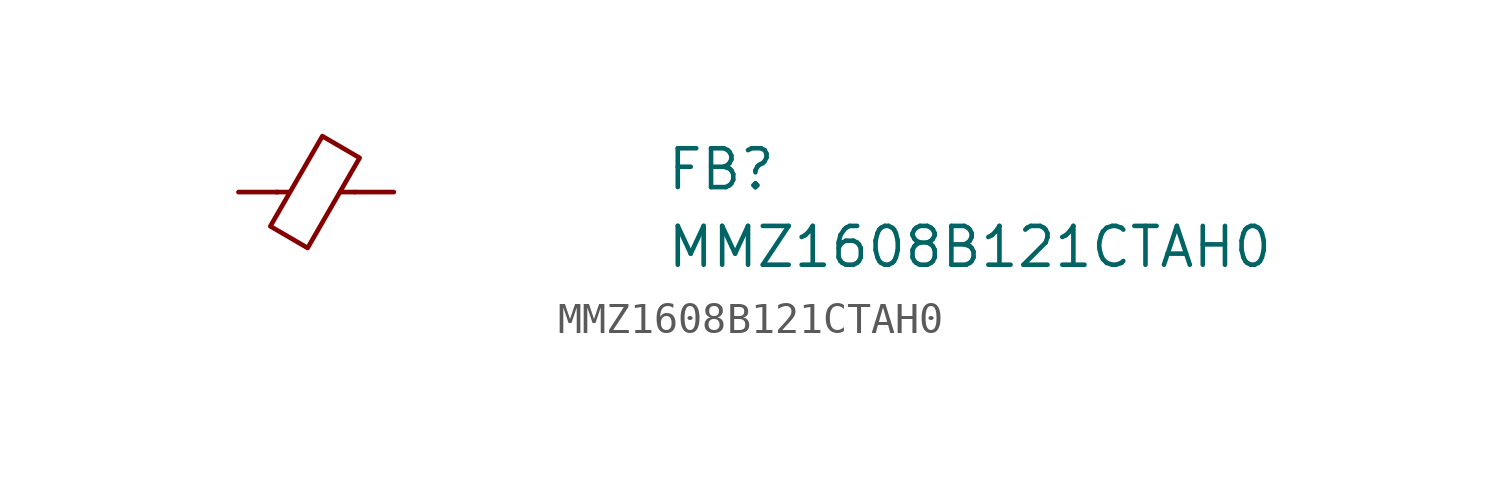
<source format=kicad_sym>
(kicad_symbol_lib
  (version 20211014)
  (generator kicad_symbol_editor)
  (symbol "MMZ1608B121CTAH0"
    (pin_numbers hide)
    (pin_names hide)
    (property "Reference" "FB"
      (at 13.97 0 0)
      (effects (font (size 1.27 1.27) (thickness 0.15)) (justify left bottom)))
    (property "Value" "MMZ1608B121CTAH0"
      (at 13.97 -2.54 0)
      (effects (font (size 1.27 1.27) (thickness 0.15)) (justify left bottom)))
    (symbol "MMZ1608B121CTAH0_0_1"
      (polyline (pts (xy 1.651 0) (xy 1.245 0)) (stroke (width 0) (type default) (color 0 0 0 0)) (fill (type none)))
      (polyline (pts (xy 3.81 0) (xy 3.327 0)) (stroke (width 0) (type default) (color 0 0 0 0)) (fill (type none)))
      (polyline (pts (xy 2.261 -1.829) (xy 1.041 -1.118) (xy 2.743 1.829) (xy 3.962 1.118) (xy 2.261 -1.829)) (stroke (width 0) (type default) (color 0 0 0 0)) (fill (type none))))
    (symbol "MMZ1608B121CTAH0_1_1"
      (pin passive line (at 0 0 0) (length 1.27) (name "~" (effects (font (size 1.27 1.27)))) (number "1" (effects (font (size 1.27 1.27)))))
      (pin passive line (at 5.08 0 180) (length 1.27) (name "~" (effects (font (size 1.27 1.27)))) (number "2" (effects (font (size 1.27 1.27))))))))
</source>
